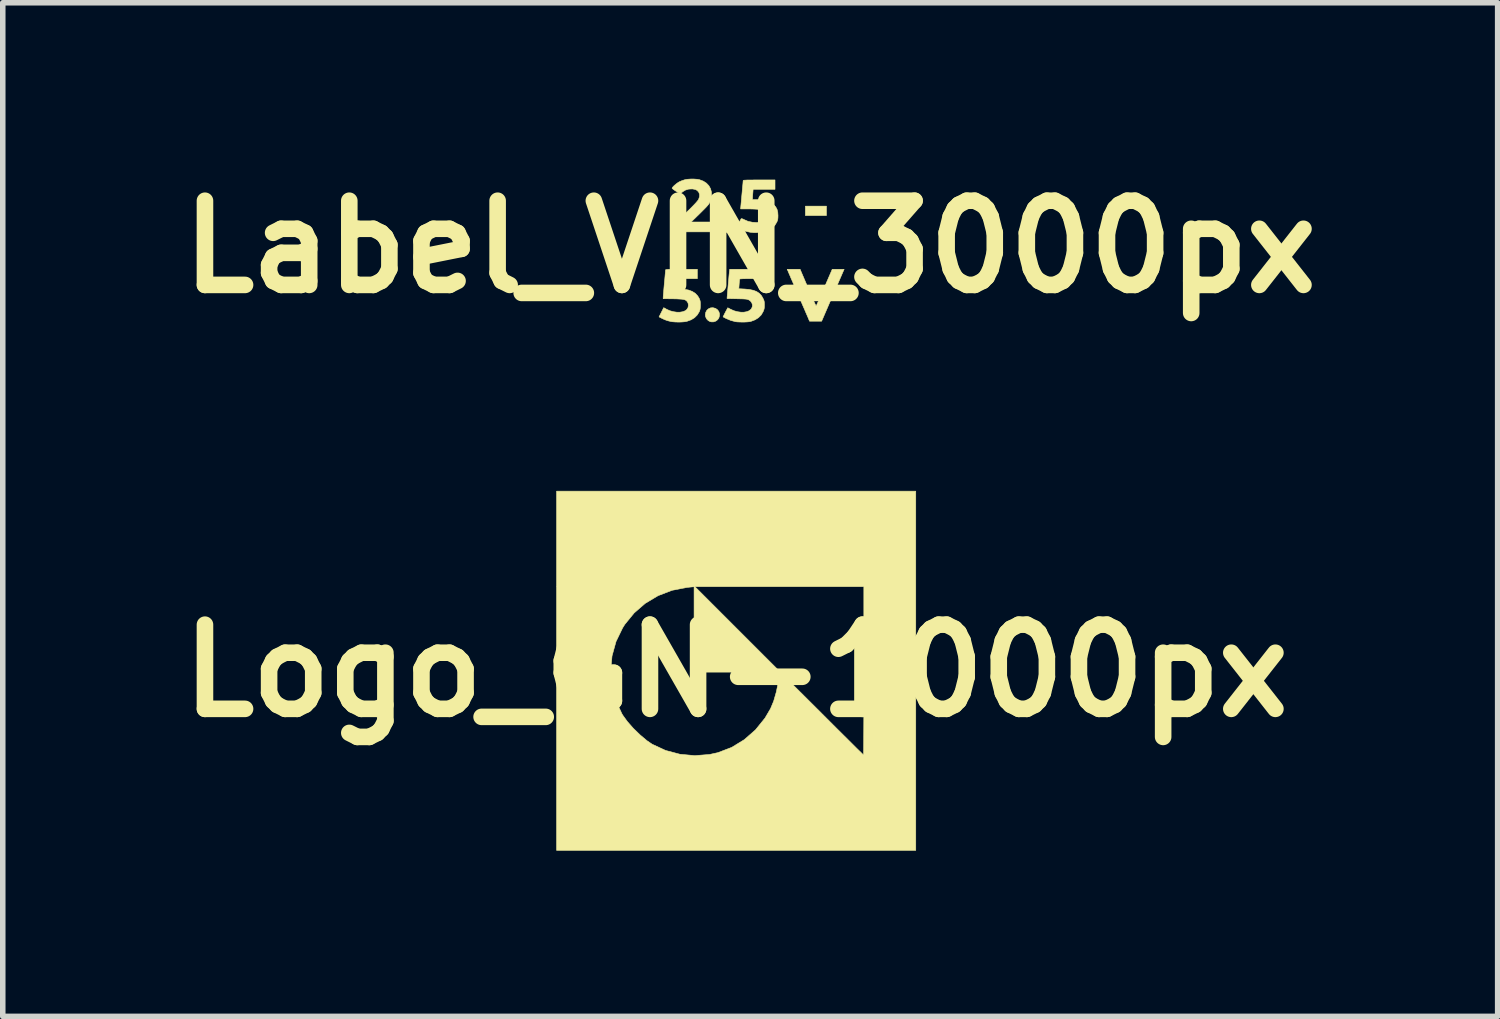
<source format=kicad_pcb>
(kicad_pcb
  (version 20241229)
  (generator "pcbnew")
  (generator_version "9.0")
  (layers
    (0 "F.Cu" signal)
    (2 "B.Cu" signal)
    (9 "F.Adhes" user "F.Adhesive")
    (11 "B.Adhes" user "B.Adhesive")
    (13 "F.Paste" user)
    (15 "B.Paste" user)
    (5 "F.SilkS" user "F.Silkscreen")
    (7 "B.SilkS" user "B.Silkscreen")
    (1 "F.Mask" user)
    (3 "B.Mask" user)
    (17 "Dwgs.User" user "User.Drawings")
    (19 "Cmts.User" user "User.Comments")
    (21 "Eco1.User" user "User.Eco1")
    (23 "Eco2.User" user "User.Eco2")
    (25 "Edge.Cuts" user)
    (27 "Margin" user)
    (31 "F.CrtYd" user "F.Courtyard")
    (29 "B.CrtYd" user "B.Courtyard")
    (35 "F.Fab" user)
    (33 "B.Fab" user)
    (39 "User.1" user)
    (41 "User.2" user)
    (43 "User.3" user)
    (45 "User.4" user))
  (footprint "Logo_GN-1000px"
    (layer "F.Cu")
    (at 10.276 9.092)
    (property "Reference" "Logo_GN-1000px" (at 0 0 0) (layer "F.SilkS") (effects (font (size 1.524 1.524) (thickness 0.3))))
    (attr through_hole)
    (fp_poly (pts (xy 3.251 3.251) (xy -3.251 3.251) (xy -3.251 -0.001) (xy -2.272 -0.001) (xy -2.251 0.266) (xy -2.184 0.527) (xy -2.07 0.775) (xy -2.051 0.807) (xy -1.97 0.919) (xy -1.861 1.043) (xy -1.737 1.163) (xy -1.613 1.267) (xy -1.52 1.33) (xy -1.278 1.442) (xy -1.018 1.511) (xy -0.749 1.536) (xy -0.481 1.515) (xy -0.331 1.482) (xy -0.082 1.387) (xy 0.147 1.247) (xy 0.35 1.069) (xy 0.522 0.856) (xy 0.623 0.684) (xy 0.679 0.549) (xy 0.727 0.382) (xy 0.763 0.205) (xy 0.772 0.146) (xy 0.786 0.025) (xy -0.762 0.025) (xy -0.762 -1.522) (xy -0.895 -1.508) (xy -1.162 -1.456) (xy -1.414 -1.359) (xy -1.645 -1.221) (xy -1.847 -1.046) (xy -2.016 -0.839) (xy -2.056 -0.775) (xy -2.175 -0.529) (xy -2.247 -0.269) (xy -2.272 -0.001) (xy -3.251 -0.001) (xy -3.251 -1.524) (xy -0.749 -1.524) (xy 0.775 0) (xy 1.005 0.231) (xy 1.226 0.451) (xy 1.433 0.657) (xy 1.624 0.848) (xy 1.797 1.021) (xy 1.949 1.172) (xy 2.078 1.3) (xy 2.18 1.402) (xy 2.254 1.474) (xy 2.296 1.515) (xy 2.305 1.524) (xy 2.306 1.499) (xy 2.307 1.428) (xy 2.308 1.315) (xy 2.309 1.164) (xy 2.31 0.98) (xy 2.311 0.768) (xy 2.311 0.53) (xy 2.311 0.273) (xy 2.311 0) (xy 2.311 -1.524) (xy -0.749 -1.524) (xy -3.251 -1.524) (xy -3.251 -3.251) (xy 3.251 -3.251) (xy 3.251 3.251)) (stroke (width 0.01) (type solid)) (fill yes) (layer "F.SilkS")))
  (footprint "Label_VIN_3000px"
    (layer "F.Cu")
    (at 10.53 1.418)
    (property "Reference" "Label_VIN_3000px" (at 0 0 0) (layer "F.SilkS") (effects (font (size 1.524 1.524) (thickness 0.3))))
    (attr through_hole)
    (fp_poly (pts (xy 1.38 -0.567) (xy 0.999 -0.567) (xy 0.999 -0.737) (xy 1.38 -0.737) (xy 1.38 -0.567)) (stroke (width 0.01) (type solid)) (fill yes) (layer "F.SilkS"))
    (fp_poly (pts (xy -0.379 -0.507) (xy -0.367 -0.5) (xy -0.333 -0.47) (xy -0.312 -0.432) (xy -0.307 -0.389) (xy -0.317 -0.345) (xy -0.323 -0.331) (xy -0.351 -0.295) (xy -0.389 -0.272) (xy -0.432 -0.262) (xy -0.477 -0.268) (xy -0.496 -0.275) (xy -0.53 -0.298) (xy -0.552 -0.33) (xy -0.564 -0.369) (xy -0.564 -0.41) (xy -0.551 -0.45) (xy -0.526 -0.486) (xy -0.525 -0.487) (xy -0.495 -0.505) (xy -0.456 -0.515) (xy -0.416 -0.516) (xy -0.379 -0.507)) (stroke (width 0.01) (type solid)) (fill yes) (layer "F.SilkS"))
    (fp_poly (pts (xy -0.629 1.114) (xy -0.625 1.116) (xy -0.59 1.141) (xy -0.567 1.174) (xy -0.556 1.212) (xy -0.557 1.25) (xy -0.568 1.288) (xy -0.59 1.32) (xy -0.622 1.344) (xy -0.662 1.358) (xy -0.666 1.358) (xy -0.694 1.359) (xy -0.721 1.355) (xy -0.723 1.355) (xy -0.76 1.335) (xy -0.79 1.303) (xy -0.808 1.264) (xy -0.813 1.232) (xy -0.805 1.187) (xy -0.785 1.149) (xy -0.755 1.122) (xy -0.717 1.105) (xy -0.674 1.102) (xy -0.629 1.114)) (stroke (width 0.01) (type solid)) (fill yes) (layer "F.SilkS"))
    (fp_poly (pts (xy 1.046 0.741) (xy 1.076 0.811) (xy 1.104 0.876) (xy 1.13 0.934) (xy 1.152 0.984) (xy 1.17 1.025) (xy 1.184 1.053) (xy 1.192 1.069) (xy 1.194 1.071) (xy 1.198 1.063) (xy 1.208 1.041) (xy 1.224 1.006) (xy 1.244 0.961) (xy 1.268 0.907) (xy 1.295 0.845) (xy 1.325 0.777) (xy 1.342 0.737) (xy 1.485 0.406) (xy 1.7 0.406) (xy 1.496 0.876) (xy 1.293 1.346) (xy 1.074 1.346) (xy 1.063 1.319) (xy 1.057 1.306) (xy 1.046 1.278) (xy 1.029 1.239) (xy 1.007 1.189) (xy 0.982 1.13) (xy 0.953 1.064) (xy 0.922 0.992) (xy 0.889 0.916) (xy 0.889 0.914) (xy 0.855 0.837) (xy 0.823 0.762) (xy 0.792 0.691) (xy 0.765 0.627) (xy 0.74 0.571) (xy 0.721 0.525) (xy 0.706 0.491) (xy 0.698 0.472) (xy 0.67 0.406) (xy 0.903 0.406) (xy 1.046 0.741)) (stroke (width 0.01) (type solid)) (fill yes) (layer "F.SilkS"))
    (fp_poly (pts (xy -1.019 -1.227) (xy -0.964 -1.223) (xy -0.918 -1.215) (xy -0.849 -1.189) (xy -0.793 -1.153) (xy -0.749 -1.107) (xy -0.718 -1.052) (xy -0.702 -0.992) (xy -0.7 -0.925) (xy -0.714 -0.855) (xy -0.732 -0.806) (xy -0.741 -0.789) (xy -0.753 -0.77) (xy -0.77 -0.749) (xy -0.793 -0.723) (xy -0.824 -0.691) (xy -0.864 -0.651) (xy -0.912 -0.603) (xy -1.07 -0.449) (xy -0.669 -0.449) (xy -0.669 -0.271) (xy -1.38 -0.271) (xy -1.38 -0.412) (xy -1.331 -0.458) (xy -1.237 -0.546) (xy -1.156 -0.623) (xy -1.087 -0.689) (xy -1.031 -0.746) (xy -0.988 -0.791) (xy -0.957 -0.827) (xy -0.938 -0.852) (xy -0.934 -0.859) (xy -0.918 -0.907) (xy -0.917 -0.949) (xy -0.93 -0.986) (xy -0.934 -0.991) (xy -0.959 -1.02) (xy -0.993 -1.038) (xy -1.038 -1.047) (xy -1.051 -1.048) (xy -1.114 -1.045) (xy -1.173 -1.027) (xy -1.224 -0.996) (xy -1.229 -0.991) (xy -1.267 -0.958) (xy -1.341 -1.005) (xy -1.371 -1.025) (xy -1.396 -1.043) (xy -1.411 -1.057) (xy -1.414 -1.062) (xy -1.407 -1.075) (xy -1.39 -1.095) (xy -1.365 -1.118) (xy -1.336 -1.142) (xy -1.307 -1.163) (xy -1.28 -1.179) (xy -1.278 -1.179) (xy -1.242 -1.195) (xy -1.201 -1.209) (xy -1.181 -1.215) (xy -1.135 -1.223) (xy -1.079 -1.227) (xy -1.019 -1.227)) (stroke (width 0.01) (type solid)) (fill yes) (layer "F.SilkS"))
    (fp_poly (pts (xy 0.449 -1.041) (xy 0.053 -1.041) (xy 0.048 -0.977) (xy 0.045 -0.941) (xy 0.043 -0.908) (xy 0.042 -0.884) (xy 0.042 -0.883) (xy 0.042 -0.855) (xy 0.131 -0.855) (xy 0.209 -0.852) (xy 0.275 -0.843) (xy 0.33 -0.826) (xy 0.378 -0.801) (xy 0.421 -0.767) (xy 0.422 -0.766) (xy 0.461 -0.724) (xy 0.486 -0.678) (xy 0.499 -0.625) (xy 0.503 -0.567) (xy 0.502 -0.527) (xy 0.499 -0.497) (xy 0.491 -0.47) (xy 0.482 -0.449) (xy 0.446 -0.389) (xy 0.4 -0.341) (xy 0.343 -0.304) (xy 0.28 -0.279) (xy 0.234 -0.268) (xy 0.178 -0.261) (xy 0.117 -0.258) (xy 0.057 -0.258) (xy 0.006 -0.263) (xy 0.005 -0.263) (xy -0.079 -0.281) (xy -0.155 -0.307) (xy -0.182 -0.319) (xy -0.211 -0.334) (xy -0.23 -0.346) (xy -0.237 -0.359) (xy -0.234 -0.376) (xy -0.223 -0.401) (xy -0.207 -0.431) (xy -0.189 -0.463) (xy -0.175 -0.489) (xy -0.165 -0.506) (xy -0.162 -0.51) (xy -0.152 -0.51) (xy -0.132 -0.503) (xy -0.109 -0.492) (xy -0.038 -0.461) (xy 0.039 -0.445) (xy 0.111 -0.44) (xy 0.151 -0.441) (xy 0.18 -0.445) (xy 0.203 -0.451) (xy 0.221 -0.46) (xy 0.256 -0.486) (xy 0.279 -0.52) (xy 0.287 -0.557) (xy 0.28 -0.596) (xy 0.269 -0.619) (xy 0.252 -0.639) (xy 0.231 -0.655) (xy 0.204 -0.667) (xy 0.169 -0.675) (xy 0.124 -0.681) (xy 0.066 -0.684) (xy -0.006 -0.686) (xy -0.029 -0.686) (xy -0.174 -0.686) (xy -0.151 -0.938) (xy -0.145 -1.002) (xy -0.14 -1.06) (xy -0.135 -1.111) (xy -0.131 -1.153) (xy -0.129 -1.183) (xy -0.127 -1.198) (xy -0.127 -1.2) (xy -0.124 -1.203) (xy -0.112 -1.206) (xy -0.091 -1.207) (xy -0.059 -1.209) (xy -0.015 -1.21) (xy 0.042 -1.21) (xy 0.114 -1.211) (xy 0.161 -1.211) (xy 0.449 -1.211) (xy 0.449 -1.041)) (stroke (width 0.01) (type solid)) (fill yes) (layer "F.SilkS"))
    (fp_poly (pts (xy 0.203 0.576) (xy 0.009 0.576) (xy -0.047 0.576) (xy -0.097 0.577) (xy -0.138 0.578) (xy -0.169 0.58) (xy -0.187 0.582) (xy -0.19 0.583) (xy -0.192 0.594) (xy -0.195 0.618) (xy -0.198 0.651) (xy -0.2 0.675) (xy -0.206 0.759) (xy -0.101 0.764) (xy -0.015 0.772) (xy 0.056 0.787) (xy 0.115 0.809) (xy 0.163 0.841) (xy 0.202 0.882) (xy 0.228 0.926) (xy 0.243 0.957) (xy 0.252 0.982) (xy 0.256 1.009) (xy 0.257 1.043) (xy 0.257 1.052) (xy 0.256 1.093) (xy 0.252 1.124) (xy 0.242 1.153) (xy 0.233 1.175) (xy 0.198 1.234) (xy 0.149 1.283) (xy 0.088 1.321) (xy 0.017 1.348) (xy -0.007 1.354) (xy -0.04 1.358) (xy -0.084 1.361) (xy -0.134 1.362) (xy -0.185 1.361) (xy -0.231 1.359) (xy -0.267 1.355) (xy -0.27 1.354) (xy -0.352 1.332) (xy -0.434 1.298) (xy -0.442 1.294) (xy -0.467 1.281) (xy -0.485 1.271) (xy -0.491 1.267) (xy -0.487 1.259) (xy -0.477 1.239) (xy -0.463 1.21) (xy -0.449 1.183) (xy -0.406 1.103) (xy -0.353 1.131) (xy -0.294 1.157) (xy -0.233 1.174) (xy -0.171 1.183) (xy -0.113 1.183) (xy -0.061 1.174) (xy -0.017 1.156) (xy 0.015 1.129) (xy 0.019 1.125) (xy 0.037 1.088) (xy 0.04 1.05) (xy 0.028 1.012) (xy 0.003 0.98) (xy -0.019 0.964) (xy -0.032 0.958) (xy -0.045 0.953) (xy -0.06 0.949) (xy -0.081 0.946) (xy -0.11 0.944) (xy -0.148 0.942) (xy -0.2 0.941) (xy -0.237 0.94) (xy -0.419 0.936) (xy -0.417 0.906) (xy -0.415 0.881) (xy -0.412 0.844) (xy -0.408 0.797) (xy -0.403 0.743) (xy -0.398 0.687) (xy -0.393 0.629) (xy -0.388 0.575) (xy -0.384 0.526) (xy -0.38 0.486) (xy -0.377 0.458) (xy -0.376 0.447) (xy -0.371 0.406) (xy 0.203 0.406) (xy 0.203 0.576)) (stroke (width 0.01) (type solid)) (fill yes) (layer "F.SilkS"))
    (fp_poly (pts (xy -0.957 0.576) (xy -1.151 0.576) (xy -1.207 0.576) (xy -1.256 0.577) (xy -1.298 0.578) (xy -1.328 0.579) (xy -1.346 0.581) (xy -1.349 0.582) (xy -1.351 0.593) (xy -1.354 0.616) (xy -1.357 0.649) (xy -1.359 0.675) (xy -1.365 0.762) (xy -1.294 0.762) (xy -1.2 0.767) (xy -1.118 0.782) (xy -1.05 0.807) (xy -0.994 0.842) (xy -0.951 0.888) (xy -0.925 0.93) (xy -0.914 0.956) (xy -0.906 0.98) (xy -0.903 1.007) (xy -0.902 1.043) (xy -0.902 1.054) (xy -0.903 1.095) (xy -0.906 1.125) (xy -0.913 1.151) (xy -0.924 1.178) (xy -0.924 1.178) (xy -0.96 1.235) (xy -1.009 1.284) (xy -1.07 1.321) (xy -1.141 1.347) (xy -1.152 1.35) (xy -1.194 1.357) (xy -1.246 1.361) (xy -1.304 1.362) (xy -1.361 1.36) (xy -1.411 1.356) (xy -1.439 1.351) (xy -1.496 1.337) (xy -1.544 1.32) (xy -1.59 1.299) (xy -1.602 1.293) (xy -1.65 1.268) (xy -1.608 1.185) (xy -1.566 1.101) (xy -1.512 1.131) (xy -1.454 1.157) (xy -1.392 1.174) (xy -1.33 1.183) (xy -1.271 1.183) (xy -1.218 1.174) (xy -1.174 1.156) (xy -1.148 1.135) (xy -1.127 1.103) (xy -1.119 1.064) (xy -1.123 1.026) (xy -1.133 1.003) (xy -1.146 0.985) (xy -1.16 0.971) (xy -1.179 0.961) (xy -1.204 0.953) (xy -1.237 0.948) (xy -1.282 0.945) (xy -1.339 0.942) (xy -1.395 0.941) (xy -1.575 0.939) (xy -1.575 0.912) (xy -1.574 0.896) (xy -1.572 0.866) (xy -1.568 0.825) (xy -1.564 0.774) (xy -1.559 0.717) (xy -1.554 0.66) (xy -1.548 0.6) (xy -1.543 0.544) (xy -1.539 0.497) (xy -1.535 0.458) (xy -1.533 0.432) (xy -1.533 0.421) (xy -1.532 0.417) (xy -1.528 0.414) (xy -1.519 0.412) (xy -1.504 0.41) (xy -1.481 0.408) (xy -1.449 0.407) (xy -1.405 0.407) (xy -1.348 0.407) (xy -1.277 0.406) (xy -1.245 0.406) (xy -0.957 0.406) (xy -0.957 0.576)) (stroke (width 0.01) (type solid)) (fill yes) (layer "F.SilkS")))
  (gr_rect
    (start -3 -3)
    (end 24.06 15.348)
    (stroke (width 0.1) (type default))
    (fill no)
    (layer "Edge.Cuts")))
</source>
